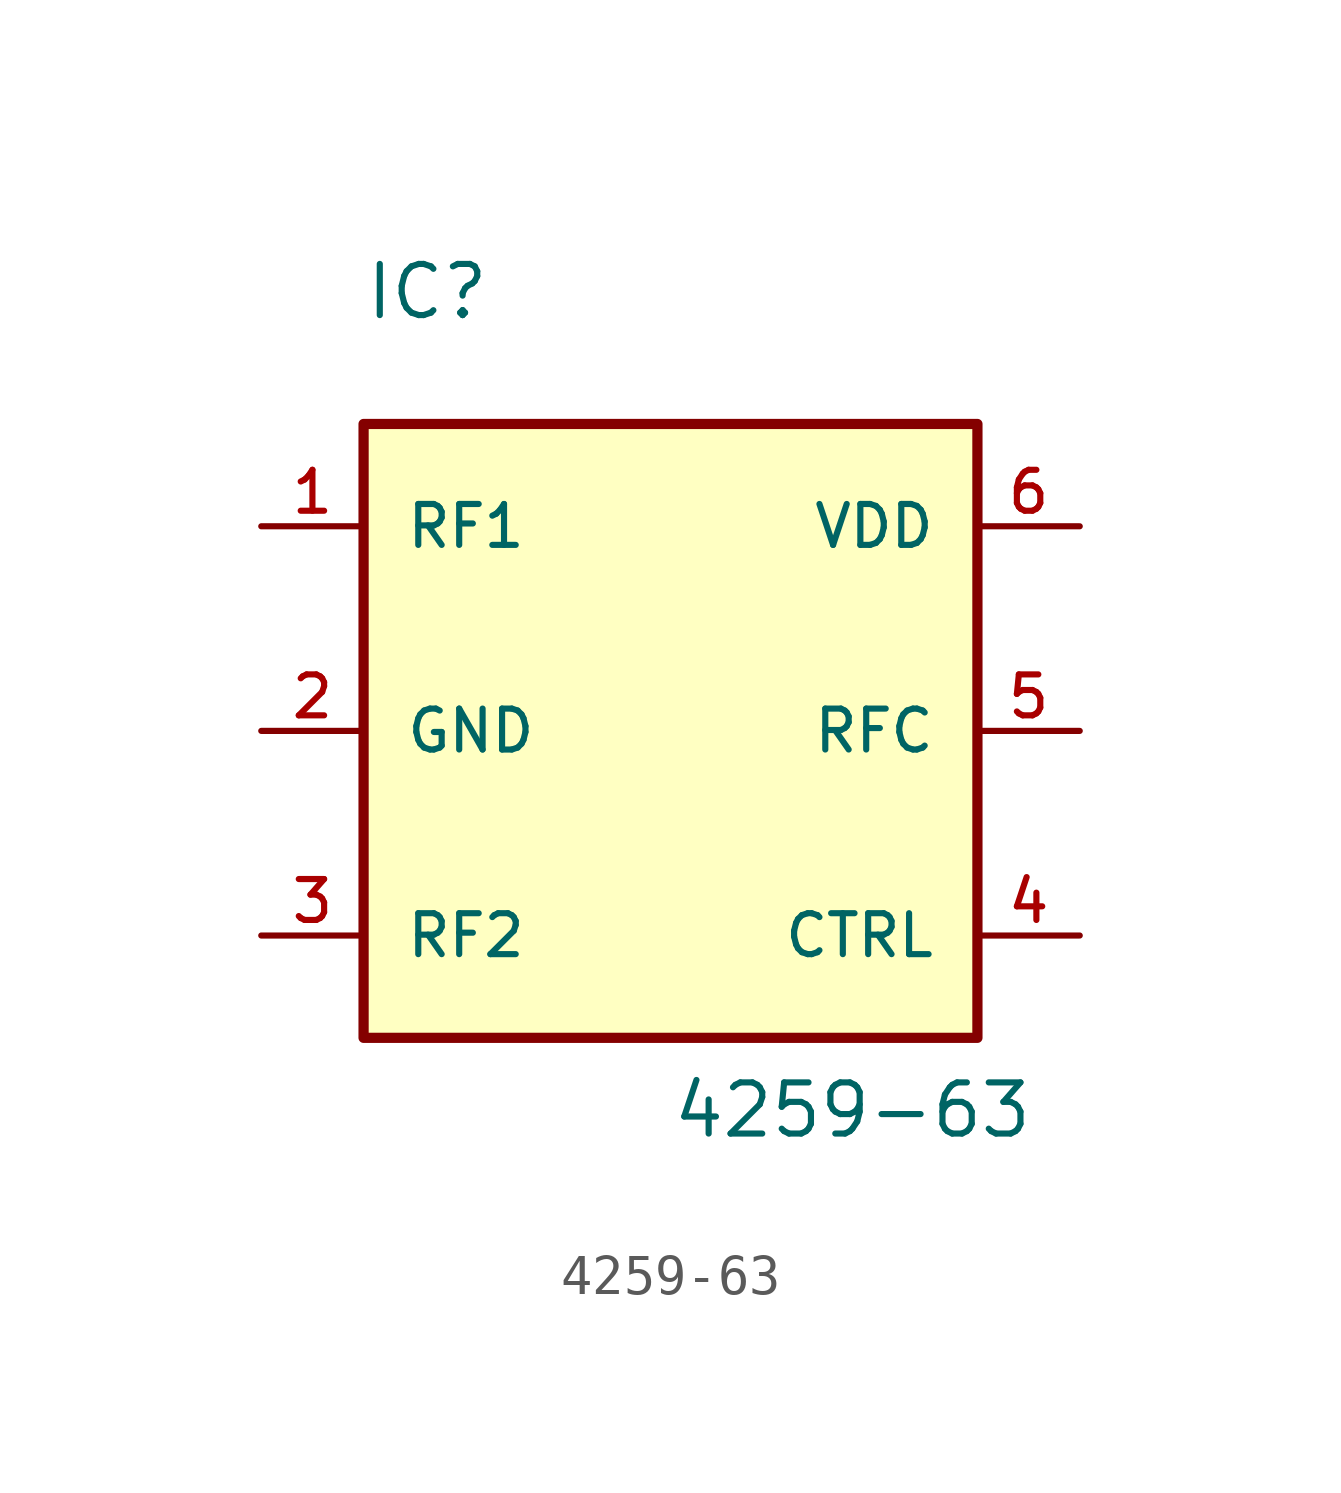
<source format=kicad_sym>
(kicad_symbol_lib
  (version 20211014)
  (generator kicad_symbol_editor)
  (symbol "4259-63"
    (pin_names
      (offset 1.016))
    (property "Reference" "IC"
      (at -7.62 10.16 0)
      (effects (font (size 1.27 1.27)) (justify bottom left)))
    (property "Value" "4259-63"
      (at 0.0 -10.16 0)
      (effects (font (size 1.27 1.27)) (justify bottom left)))
    (symbol "4259-63_0_0"
      (rectangle (start -7.62 -7.62) (end 7.62 7.62) (stroke (width 0.254)) (fill (type background)))
      (pin bidirectional line (at -10.16 5.08 0) (length 2.54) (name "RF1" (effects (font (size 1.016 1.016)))) (number "1" (effects (font (size 1.016 1.016)))))
      (pin bidirectional line (at -10.16 0.0 0) (length 2.54) (name "GND" (effects (font (size 1.016 1.016)))) (number "2" (effects (font (size 1.016 1.016)))))
      (pin bidirectional line (at -10.16 -5.08 0) (length 2.54) (name "RF2" (effects (font (size 1.016 1.016)))) (number "3" (effects (font (size 1.016 1.016)))))
      (pin bidirectional line (at 10.16 -5.08 180.0) (length 2.54) (name "CTRL" (effects (font (size 1.016 1.016)))) (number "4" (effects (font (size 1.016 1.016)))))
      (pin bidirectional line (at 10.16 0.0 180.0) (length 2.54) (name "RFC" (effects (font (size 1.016 1.016)))) (number "5" (effects (font (size 1.016 1.016)))))
      (pin bidirectional line (at 10.16 5.08 180.0) (length 2.54) (name "VDD" (effects (font (size 1.016 1.016)))) (number "6" (effects (font (size 1.016 1.016))))))))
</source>
